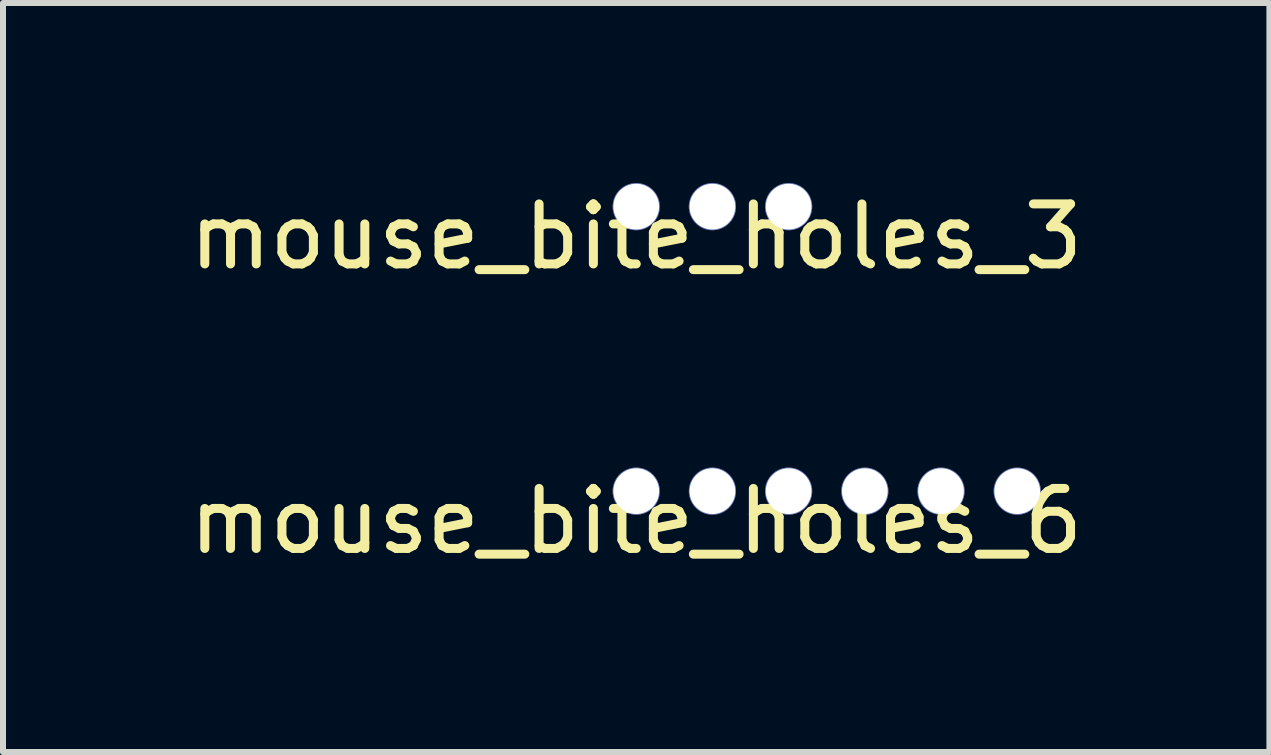
<source format=kicad_pcb>
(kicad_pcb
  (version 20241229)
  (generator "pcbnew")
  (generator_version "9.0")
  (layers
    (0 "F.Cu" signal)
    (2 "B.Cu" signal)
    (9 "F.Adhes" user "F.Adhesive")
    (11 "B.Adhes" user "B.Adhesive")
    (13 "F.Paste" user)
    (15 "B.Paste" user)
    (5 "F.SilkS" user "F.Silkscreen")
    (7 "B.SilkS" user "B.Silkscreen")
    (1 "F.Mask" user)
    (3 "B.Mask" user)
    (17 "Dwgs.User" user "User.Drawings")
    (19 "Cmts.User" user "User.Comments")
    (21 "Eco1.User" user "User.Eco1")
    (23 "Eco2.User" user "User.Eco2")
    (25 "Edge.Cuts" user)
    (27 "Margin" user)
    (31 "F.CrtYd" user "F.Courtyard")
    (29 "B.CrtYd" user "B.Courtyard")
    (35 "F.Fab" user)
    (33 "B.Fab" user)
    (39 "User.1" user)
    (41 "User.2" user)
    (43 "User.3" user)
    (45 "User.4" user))
  (footprint "mouse_bite_holes_6"
    (layer "F.Cu")
    (at 7.554 5.136)
    (property "Reference" "mouse_bite_holes_6" (at 0 0.5 0) (layer "F.SilkS") (effects (font (size 1 1) (thickness 0.15))))
    (attr through_hole)
    (pad "" np_thru_hole circle (at 0 0) (size 0.787 0.787) (drill 0.762) (layers "*.Cu" "*.Mask"))
    (pad "" np_thru_hole circle (at 1.27 0) (size 0.787 0.787) (drill 0.762) (layers "*.Cu" "*.Mask"))
    (pad "" np_thru_hole circle (at 2.54 0) (size 0.787 0.787) (drill 0.762) (layers "*.Cu" "*.Mask"))
    (pad "" np_thru_hole circle (at 3.81 0) (size 0.787 0.787) (drill 0.762) (layers "*.Cu" "*.Mask"))
    (pad "" np_thru_hole circle (at 5.08 0) (size 0.787 0.787) (drill 0.762) (layers "*.Cu" "*.Mask"))
    (pad "" np_thru_hole circle (at 6.35 0) (size 0.787 0.787) (drill 0.762) (layers "*.Cu" "*.Mask")))
  (footprint "mouse_bite_holes_3"
    (layer "F.Cu")
    (at 7.554 0.394)
    (property "Reference" "mouse_bite_holes_3" (at 0 0.5 0) (layer "F.SilkS") (effects (font (size 1 1) (thickness 0.15))))
    (attr through_hole)
    (pad "" np_thru_hole circle (at 0 0) (size 0.787 0.787) (drill 0.762) (layers "*.Cu" "*.Mask"))
    (pad "" np_thru_hole circle (at 1.27 0) (size 0.787 0.787) (drill 0.762) (layers "*.Cu" "*.Mask"))
    (pad "" np_thru_hole circle (at 2.54 0) (size 0.787 0.787) (drill 0.762) (layers "*.Cu" "*.Mask")))
  (gr_rect
    (start -3 -3)
    (end 18.107 9.484)
    (stroke (width 0.1) (type default))
    (fill no)
    (layer "Edge.Cuts")))
</source>
